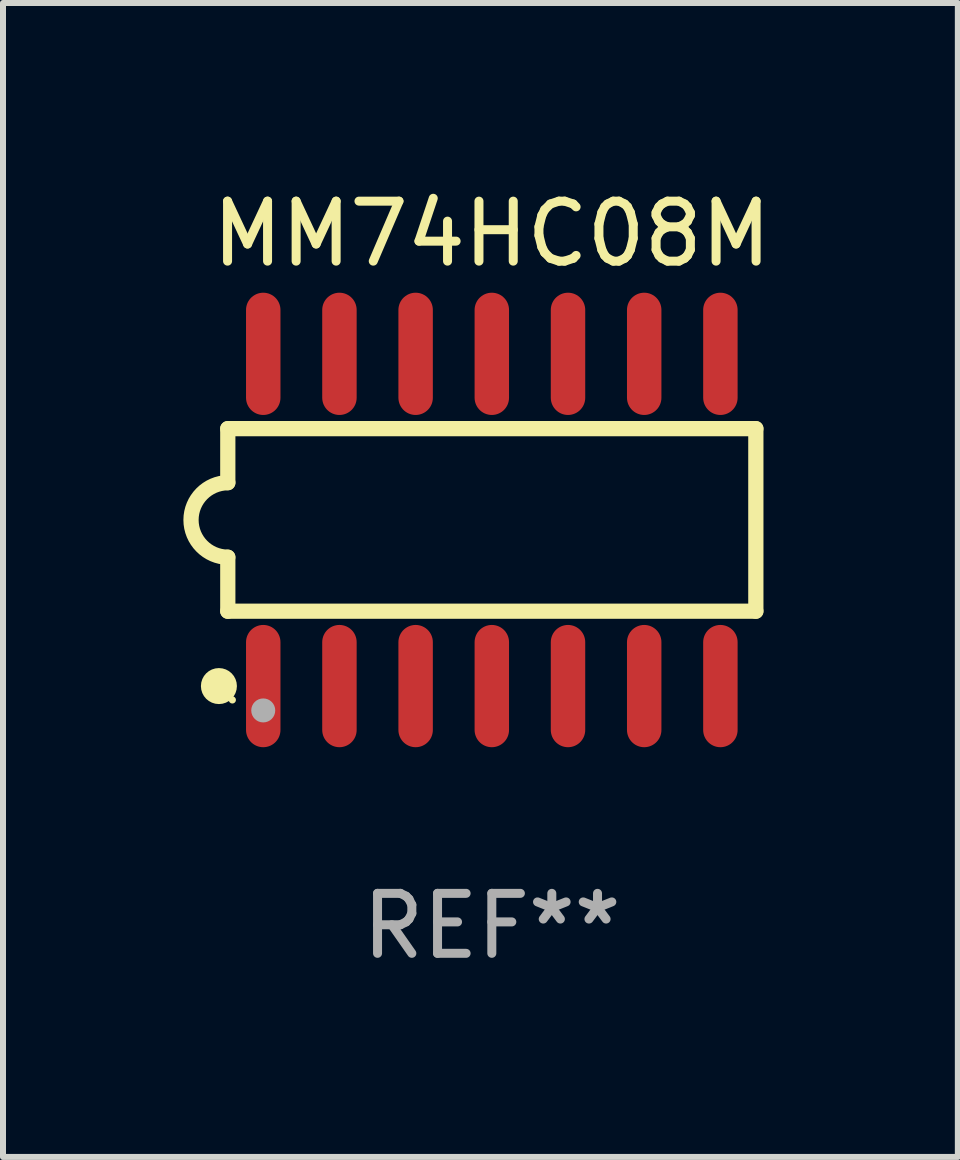
<source format=kicad_pcb>
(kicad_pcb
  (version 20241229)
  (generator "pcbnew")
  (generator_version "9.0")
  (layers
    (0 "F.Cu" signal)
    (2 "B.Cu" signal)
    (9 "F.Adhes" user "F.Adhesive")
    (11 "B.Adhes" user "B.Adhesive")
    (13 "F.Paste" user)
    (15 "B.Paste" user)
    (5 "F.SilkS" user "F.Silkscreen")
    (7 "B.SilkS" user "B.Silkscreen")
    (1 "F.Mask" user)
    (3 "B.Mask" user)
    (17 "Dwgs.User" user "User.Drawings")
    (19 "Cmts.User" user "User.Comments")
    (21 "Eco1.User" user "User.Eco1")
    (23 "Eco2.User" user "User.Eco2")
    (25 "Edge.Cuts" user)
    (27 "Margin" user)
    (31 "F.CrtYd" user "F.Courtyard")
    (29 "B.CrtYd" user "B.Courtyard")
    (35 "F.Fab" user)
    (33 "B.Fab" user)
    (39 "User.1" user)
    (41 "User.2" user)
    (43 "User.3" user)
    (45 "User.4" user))
  (footprint "MM74HC08M"
    (layer "F.Cu")
    (at 5.148 5.617)
    (property "Reference" "MM74HC08M" (at 0 -4.769 0) (layer "F.SilkS") (effects (font (size 1 1) (thickness 0.15))))
    (attr through_hole)
    (fp_line (start -4.401 -1.522) (end -4.401 -0.622) (stroke (width 0.254) (type solid)) (layer "F.SilkS"))
    (fp_line (start -4.401 -1.522) (end 4.401 -1.522) (stroke (width 0.254) (type solid)) (layer "F.SilkS"))
    (fp_line (start -4.401 1.521) (end -4.401 0.621) (stroke (width 0.254) (type solid)) (layer "F.SilkS"))
    (fp_line (start 4.401 -1.522) (end 4.401 1.521) (stroke (width 0.254) (type solid)) (layer "F.SilkS"))
    (fp_line (start 4.401 1.521) (end -4.401 1.521) (stroke (width 0.254) (type solid)) (layer "F.SilkS"))
    (fp_arc (start -4.401219 0.621311) (mid -5.021261 -0.000419) (end -4.400101 -0.621032) (stroke (width 0.254001) (type solid)) (layer "F.SilkS"))
    (fp_circle (center -4.549 2.769) (end -4.399 2.769) (stroke (width 0.3) (type solid)) (fill no) (layer "F.SilkS"))
    (fp_circle (center -4.325 3) (end -4.295 3) (stroke (width 0.06) (type solid)) (fill no) (layer "F.SilkS"))
    (fp_circle (center -3.81 3.175) (end -3.71 3.175) (stroke (width 0.2) (type solid)) (fill no) (layer "F.Fab"))
    (fp_text user "REF**" (at 0 6.769 0) (layer "F.Fab") (effects (font (size 1 1) (thickness 0.15))))
    (pad "1" smd oval (at -3.81 2.769) (size 0.574 2.038) (layers "F.Cu" "F.Mask" "F.Paste"))
    (pad "2" smd oval (at -2.54 2.769) (size 0.574 2.038) (layers "F.Cu" "F.Mask" "F.Paste"))
    (pad "3" smd oval (at -1.27 2.769) (size 0.574 2.038) (layers "F.Cu" "F.Mask" "F.Paste"))
    (pad "4" smd oval (at -0.000051 2.769) (size 0.574 2.038) (layers "F.Cu" "F.Mask" "F.Paste"))
    (pad "5" smd oval (at 1.27 2.769) (size 0.574 2.038) (layers "F.Cu" "F.Mask" "F.Paste"))
    (pad "6" smd oval (at 2.54 2.769) (size 0.574 2.038) (layers "F.Cu" "F.Mask" "F.Paste"))
    (pad "7" smd oval (at 3.81 2.769) (size 0.574 2.038) (layers "F.Cu" "F.Mask" "F.Paste"))
    (pad "8" smd oval (at 3.81 -2.769) (size 0.574 2.038) (layers "F.Cu" "F.Mask" "F.Paste"))
    (pad "9" smd oval (at 2.54 -2.769) (size 0.574 2.038) (layers "F.Cu" "F.Mask" "F.Paste"))
    (pad "10" smd oval (at 1.27 -2.769) (size 0.574 2.038) (layers "F.Cu" "F.Mask" "F.Paste"))
    (pad "11" smd oval (at -0.000051 -2.769) (size 0.574 2.038) (layers "F.Cu" "F.Mask" "F.Paste"))
    (pad "12" smd oval (at -1.27 -2.769) (size 0.574 2.038) (layers "F.Cu" "F.Mask" "F.Paste"))
    (pad "13" smd oval (at -2.54 -2.769) (size 0.574 2.038) (layers "F.Cu" "F.Mask" "F.Paste"))
    (pad "14" smd oval (at -3.81 -2.769) (size 0.574 2.038) (layers "F.Cu" "F.Mask" "F.Paste")))
  (gr_rect
    (start -3 -3)
    (end 12.916 16.235)
    (stroke (width 0.1) (type default))
    (fill no)
    (layer "Edge.Cuts")))
</source>
